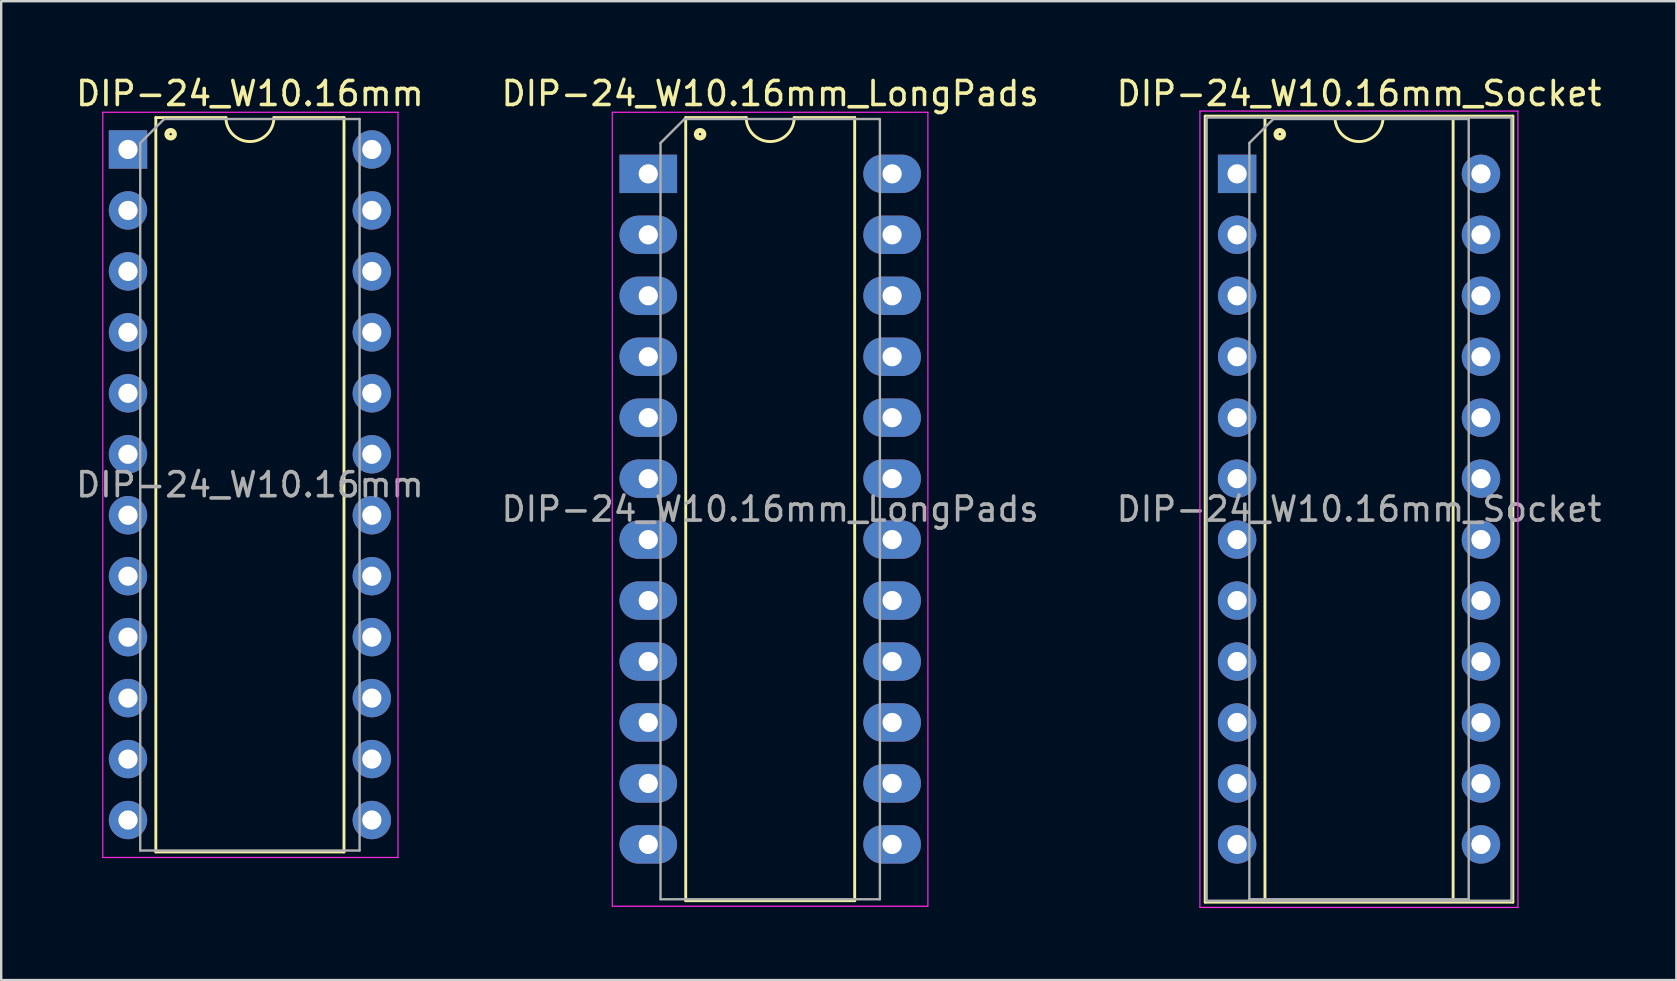
<source format=kicad_pcb>
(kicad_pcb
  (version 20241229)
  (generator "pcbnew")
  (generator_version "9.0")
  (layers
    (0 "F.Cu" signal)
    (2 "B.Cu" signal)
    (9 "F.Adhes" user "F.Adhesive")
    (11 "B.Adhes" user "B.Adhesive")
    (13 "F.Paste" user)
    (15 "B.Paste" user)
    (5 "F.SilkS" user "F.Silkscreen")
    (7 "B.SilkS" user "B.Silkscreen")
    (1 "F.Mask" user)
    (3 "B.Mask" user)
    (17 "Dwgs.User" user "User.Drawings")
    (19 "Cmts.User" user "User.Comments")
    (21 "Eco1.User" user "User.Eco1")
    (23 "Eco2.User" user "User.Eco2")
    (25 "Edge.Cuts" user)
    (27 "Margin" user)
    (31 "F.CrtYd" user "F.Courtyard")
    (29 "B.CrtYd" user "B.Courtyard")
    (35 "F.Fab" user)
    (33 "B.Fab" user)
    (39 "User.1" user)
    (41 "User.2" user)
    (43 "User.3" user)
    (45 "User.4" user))
  (footprint "DIP-24_W10.16mm_LongPads"
    (layer "F.Cu")
    (at 23.962 4.194)
    (property "Reference" "DIP-24_W10.16mm_LongPads" (at 5.08 -3.346 0) (layer "F.SilkS") (effects (font (size 1 1) (thickness 0.15))))
    (attr through_hole)
    (fp_line (start 1.56 -2.346) (end 1.56 30.286) (stroke (width 0.12) (type solid)) (layer "F.SilkS"))
    (fp_line (start 1.56 30.286) (end 8.6 30.286) (stroke (width 0.12) (type solid)) (layer "F.SilkS"))
    (fp_line (start 4.08 -2.346) (end 1.56 -2.346) (stroke (width 0.12) (type solid)) (layer "F.SilkS"))
    (fp_line (start 8.6 -2.346) (end 6.08 -2.346) (stroke (width 0.12) (type solid)) (layer "F.SilkS"))
    (fp_line (start 8.6 30.286) (end 8.6 -2.346) (stroke (width 0.12) (type solid)) (layer "F.SilkS"))
    (fp_arc (start 6.08 -2.346) (mid 5.08 -1.346) (end 4.08 -2.346) (stroke (width 0.12) (type solid)) (layer "F.SilkS"))
    (fp_circle (center 2.159 -1.651) (end 2.209 -1.651) (stroke (width 0.12) (type solid)) (fill no) (layer "F.SilkS"))
    (fp_circle (center 2.159 -1.651) (end 2.284 -1.651) (stroke (width 0.12) (type solid)) (fill no) (layer "F.SilkS"))
    (fp_circle (center 2.159 -1.651) (end 2.359 -1.651) (stroke (width 0.12) (type solid)) (fill no) (layer "F.SilkS"))
    (fp_line (start -1.5 -2.566) (end -1.5 30.516) (stroke (width 0.05) (type solid)) (layer "F.CrtYd"))
    (fp_line (start -1.5 30.516) (end 11.65 30.516) (stroke (width 0.05) (type solid)) (layer "F.CrtYd"))
    (fp_line (start 11.65 -2.566) (end -1.5 -2.566) (stroke (width 0.05) (type solid)) (layer "F.CrtYd"))
    (fp_line (start 11.65 30.516) (end 11.65 -2.566) (stroke (width 0.05) (type solid)) (layer "F.CrtYd"))
    (fp_line (start 0.51 -1.286) (end 1.51 -2.286) (stroke (width 0.1) (type solid)) (layer "F.Fab"))
    (fp_line (start 0.51 30.226) (end 0.51 -1.286) (stroke (width 0.1) (type solid)) (layer "F.Fab"))
    (fp_line (start 1.51 -2.286) (end 9.65 -2.286) (stroke (width 0.1) (type solid)) (layer "F.Fab"))
    (fp_line (start 9.65 -2.286) (end 9.65 30.226) (stroke (width 0.1) (type solid)) (layer "F.Fab"))
    (fp_line (start 9.65 30.226) (end 0.51 30.226) (stroke (width 0.1) (type solid)) (layer "F.Fab"))
    (fp_text user "${REFERENCE}" (at 5.08 13.97 0) (layer "F.Fab") (effects (font (size 1 1) (thickness 0.15))))
    (pad "1" thru_hole rect (at 0 0) (size 2.4 1.6) (drill 0.8) (layers "*.Cu" "*.Mask"))
    (pad "2" thru_hole oval (at 0 2.54) (size 2.4 1.6) (drill 0.8) (layers "*.Cu" "*.Mask"))
    (pad "3" thru_hole oval (at 0 5.08) (size 2.4 1.6) (drill 0.8) (layers "*.Cu" "*.Mask"))
    (pad "4" thru_hole oval (at 0 7.62) (size 2.4 1.6) (drill 0.8) (layers "*.Cu" "*.Mask"))
    (pad "5" thru_hole oval (at 0 10.16) (size 2.4 1.6) (drill 0.8) (layers "*.Cu" "*.Mask"))
    (pad "6" thru_hole oval (at 0 12.7) (size 2.4 1.6) (drill 0.8) (layers "*.Cu" "*.Mask"))
    (pad "7" thru_hole oval (at 0 15.24) (size 2.4 1.6) (drill 0.8) (layers "*.Cu" "*.Mask"))
    (pad "8" thru_hole oval (at 0 17.78) (size 2.4 1.6) (drill 0.8) (layers "*.Cu" "*.Mask"))
    (pad "9" thru_hole oval (at 0 20.32) (size 2.4 1.6) (drill 0.8) (layers "*.Cu" "*.Mask"))
    (pad "10" thru_hole oval (at 0 22.86) (size 2.4 1.6) (drill 0.8) (layers "*.Cu" "*.Mask"))
    (pad "11" thru_hole oval (at 0 25.4) (size 2.4 1.6) (drill 0.8) (layers "*.Cu" "*.Mask"))
    (pad "12" thru_hole oval (at 0 27.94) (size 2.4 1.6) (drill 0.8) (layers "*.Cu" "*.Mask"))
    (pad "13" thru_hole oval (at 10.16 27.94) (size 2.4 1.6) (drill 0.8) (layers "*.Cu" "*.Mask"))
    (pad "14" thru_hole oval (at 10.16 25.4) (size 2.4 1.6) (drill 0.8) (layers "*.Cu" "*.Mask"))
    (pad "15" thru_hole oval (at 10.16 22.86) (size 2.4 1.6) (drill 0.8) (layers "*.Cu" "*.Mask"))
    (pad "16" thru_hole oval (at 10.16 20.32) (size 2.4 1.6) (drill 0.8) (layers "*.Cu" "*.Mask"))
    (pad "17" thru_hole oval (at 10.16 17.78) (size 2.4 1.6) (drill 0.8) (layers "*.Cu" "*.Mask"))
    (pad "18" thru_hole oval (at 10.16 15.24) (size 2.4 1.6) (drill 0.8) (layers "*.Cu" "*.Mask"))
    (pad "19" thru_hole oval (at 10.16 12.7) (size 2.4 1.6) (drill 0.8) (layers "*.Cu" "*.Mask"))
    (pad "20" thru_hole oval (at 10.16 10.16) (size 2.4 1.6) (drill 0.8) (layers "*.Cu" "*.Mask"))
    (pad "21" thru_hole oval (at 10.16 7.62) (size 2.4 1.6) (drill 0.8) (layers "*.Cu" "*.Mask"))
    (pad "22" thru_hole oval (at 10.16 5.08) (size 2.4 1.6) (drill 0.8) (layers "*.Cu" "*.Mask"))
    (pad "23" thru_hole oval (at 10.16 2.54) (size 2.4 1.6) (drill 0.8) (layers "*.Cu" "*.Mask"))
    (pad "24" thru_hole oval (at 10.16 0) (size 2.4 1.6) (drill 0.8) (layers "*.Cu" "*.Mask")))
  (footprint "DIP-24_W10.16mm"
    (layer "F.Cu")
    (at 2.283 3.178)
    (property "Reference" "DIP-24_W10.16mm" (at 5.08 -2.33 0) (layer "F.SilkS") (effects (font (size 1 1) (thickness 0.15))))
    (attr through_hole)
    (fp_line (start 1.16 -1.33) (end 1.16 29.27) (stroke (width 0.12) (type solid)) (layer "F.SilkS"))
    (fp_line (start 1.16 29.27) (end 9 29.27) (stroke (width 0.12) (type solid)) (layer "F.SilkS"))
    (fp_line (start 4.08 -1.33) (end 1.16 -1.33) (stroke (width 0.12) (type solid)) (layer "F.SilkS"))
    (fp_line (start 9 -1.33) (end 6.08 -1.33) (stroke (width 0.12) (type solid)) (layer "F.SilkS"))
    (fp_line (start 9 29.27) (end 9 -1.33) (stroke (width 0.12) (type solid)) (layer "F.SilkS"))
    (fp_arc (start 6.08 -1.33) (mid 5.08 -0.33) (end 4.08 -1.33) (stroke (width 0.12) (type solid)) (layer "F.SilkS"))
    (fp_circle (center 1.778 -0.635) (end 1.828 -0.635) (stroke (width 0.12) (type solid)) (fill no) (layer "F.SilkS"))
    (fp_circle (center 1.778 -0.635) (end 1.903 -0.635) (stroke (width 0.12) (type solid)) (fill no) (layer "F.SilkS"))
    (fp_circle (center 1.778 -0.635) (end 1.978 -0.635) (stroke (width 0.12) (type solid)) (fill no) (layer "F.SilkS"))
    (fp_line (start -1.05 -1.55) (end -1.05 29.5) (stroke (width 0.05) (type solid)) (layer "F.CrtYd"))
    (fp_line (start -1.05 29.5) (end 11.25 29.5) (stroke (width 0.05) (type solid)) (layer "F.CrtYd"))
    (fp_line (start 11.25 -1.55) (end -1.05 -1.55) (stroke (width 0.05) (type solid)) (layer "F.CrtYd"))
    (fp_line (start 11.25 29.5) (end 11.25 -1.55) (stroke (width 0.05) (type solid)) (layer "F.CrtYd"))
    (fp_line (start 0.51 -0.27) (end 1.51 -1.27) (stroke (width 0.1) (type solid)) (layer "F.Fab"))
    (fp_line (start 0.51 29.21) (end 0.51 -0.27) (stroke (width 0.1) (type solid)) (layer "F.Fab"))
    (fp_line (start 1.51 -1.27) (end 9.65 -1.27) (stroke (width 0.1) (type solid)) (layer "F.Fab"))
    (fp_line (start 9.65 -1.27) (end 9.65 29.21) (stroke (width 0.1) (type solid)) (layer "F.Fab"))
    (fp_line (start 9.65 29.21) (end 0.51 29.21) (stroke (width 0.1) (type solid)) (layer "F.Fab"))
    (fp_text user "${REFERENCE}" (at 5.08 13.97 0) (layer "F.Fab") (effects (font (size 1 1) (thickness 0.15))))
    (pad "1" thru_hole rect (at 0 0) (size 1.6 1.6) (drill 0.8) (layers "*.Cu" "*.Mask"))
    (pad "2" thru_hole oval (at 0 2.54) (size 1.6 1.6) (drill 0.8) (layers "*.Cu" "*.Mask"))
    (pad "3" thru_hole oval (at 0 5.08) (size 1.6 1.6) (drill 0.8) (layers "*.Cu" "*.Mask"))
    (pad "4" thru_hole oval (at 0 7.62) (size 1.6 1.6) (drill 0.8) (layers "*.Cu" "*.Mask"))
    (pad "5" thru_hole oval (at 0 10.16) (size 1.6 1.6) (drill 0.8) (layers "*.Cu" "*.Mask"))
    (pad "6" thru_hole oval (at 0 12.7) (size 1.6 1.6) (drill 0.8) (layers "*.Cu" "*.Mask"))
    (pad "7" thru_hole oval (at 0 15.24) (size 1.6 1.6) (drill 0.8) (layers "*.Cu" "*.Mask"))
    (pad "8" thru_hole oval (at 0 17.78) (size 1.6 1.6) (drill 0.8) (layers "*.Cu" "*.Mask"))
    (pad "9" thru_hole oval (at 0 20.32) (size 1.6 1.6) (drill 0.8) (layers "*.Cu" "*.Mask"))
    (pad "10" thru_hole oval (at 0 22.86) (size 1.6 1.6) (drill 0.8) (layers "*.Cu" "*.Mask"))
    (pad "11" thru_hole oval (at 0 25.4) (size 1.6 1.6) (drill 0.8) (layers "*.Cu" "*.Mask"))
    (pad "12" thru_hole oval (at 0 27.94) (size 1.6 1.6) (drill 0.8) (layers "*.Cu" "*.Mask"))
    (pad "13" thru_hole oval (at 10.16 27.94) (size 1.6 1.6) (drill 0.8) (layers "*.Cu" "*.Mask"))
    (pad "14" thru_hole oval (at 10.16 25.4) (size 1.6 1.6) (drill 0.8) (layers "*.Cu" "*.Mask"))
    (pad "15" thru_hole oval (at 10.16 22.86) (size 1.6 1.6) (drill 0.8) (layers "*.Cu" "*.Mask"))
    (pad "16" thru_hole oval (at 10.16 20.32) (size 1.6 1.6) (drill 0.8) (layers "*.Cu" "*.Mask"))
    (pad "17" thru_hole oval (at 10.16 17.78) (size 1.6 1.6) (drill 0.8) (layers "*.Cu" "*.Mask"))
    (pad "18" thru_hole oval (at 10.16 15.24) (size 1.6 1.6) (drill 0.8) (layers "*.Cu" "*.Mask"))
    (pad "19" thru_hole oval (at 10.16 12.7) (size 1.6 1.6) (drill 0.8) (layers "*.Cu" "*.Mask"))
    (pad "20" thru_hole oval (at 10.16 10.16) (size 1.6 1.6) (drill 0.8) (layers "*.Cu" "*.Mask"))
    (pad "21" thru_hole oval (at 10.16 7.62) (size 1.6 1.6) (drill 0.8) (layers "*.Cu" "*.Mask"))
    (pad "22" thru_hole oval (at 10.16 5.08) (size 1.6 1.6) (drill 0.8) (layers "*.Cu" "*.Mask"))
    (pad "23" thru_hole oval (at 10.16 2.54) (size 1.6 1.6) (drill 0.8) (layers "*.Cu" "*.Mask"))
    (pad "24" thru_hole oval (at 10.16 0) (size 1.6 1.6) (drill 0.8) (layers "*.Cu" "*.Mask")))
  (footprint "DIP-24_W10.16mm_Socket"
    (layer "F.Cu")
    (at 48.497 4.194)
    (property "Reference" "DIP-24_W10.16mm_Socket" (at 5.08 -3.346 0) (layer "F.SilkS") (effects (font (size 1 1) (thickness 0.15))))
    (attr through_hole)
    (fp_line (start -1.33 -2.406) (end -1.33 30.346) (stroke (width 0.12) (type solid)) (layer "F.SilkS"))
    (fp_line (start -1.33 30.346) (end 11.49 30.346) (stroke (width 0.12) (type solid)) (layer "F.SilkS"))
    (fp_line (start 1.16 -2.346) (end 1.16 30.286) (stroke (width 0.12) (type solid)) (layer "F.SilkS"))
    (fp_line (start 1.16 30.286) (end 9 30.286) (stroke (width 0.12) (type solid)) (layer "F.SilkS"))
    (fp_line (start 4.08 -2.346) (end 1.16 -2.346) (stroke (width 0.12) (type solid)) (layer "F.SilkS"))
    (fp_line (start 9 -2.346) (end 6.08 -2.346) (stroke (width 0.12) (type solid)) (layer "F.SilkS"))
    (fp_line (start 9 30.286) (end 9 -2.346) (stroke (width 0.12) (type solid)) (layer "F.SilkS"))
    (fp_line (start 11.49 -2.406) (end -1.33 -2.406) (stroke (width 0.12) (type solid)) (layer "F.SilkS"))
    (fp_line (start 11.49 30.346) (end 11.49 -2.406) (stroke (width 0.12) (type solid)) (layer "F.SilkS"))
    (fp_arc (start 6.08 -2.346) (mid 5.08 -1.346) (end 4.08 -2.346) (stroke (width 0.12) (type solid)) (layer "F.SilkS"))
    (fp_circle (center 1.778 -1.651) (end 1.828 -1.651) (stroke (width 0.12) (type solid)) (fill no) (layer "F.SilkS"))
    (fp_circle (center 1.778 -1.651) (end 1.903 -1.651) (stroke (width 0.12) (type solid)) (fill no) (layer "F.SilkS"))
    (fp_circle (center 1.778 -1.651) (end 1.978 -1.651) (stroke (width 0.12) (type solid)) (fill no) (layer "F.SilkS"))
    (fp_line (start -1.55 -2.616) (end -1.55 30.566) (stroke (width 0.05) (type solid)) (layer "F.CrtYd"))
    (fp_line (start -1.55 30.566) (end 11.7 30.566) (stroke (width 0.05) (type solid)) (layer "F.CrtYd"))
    (fp_line (start 11.7 -2.616) (end -1.55 -2.616) (stroke (width 0.05) (type solid)) (layer "F.CrtYd"))
    (fp_line (start 11.7 30.566) (end 11.7 -2.616) (stroke (width 0.05) (type solid)) (layer "F.CrtYd"))
    (fp_line (start -1.27 -2.346) (end -1.27 30.286) (stroke (width 0.1) (type solid)) (layer "F.Fab"))
    (fp_line (start -1.27 30.286) (end 11.43 30.286) (stroke (width 0.1) (type solid)) (layer "F.Fab"))
    (fp_line (start 0.51 -1.286) (end 1.51 -2.286) (stroke (width 0.1) (type solid)) (layer "F.Fab"))
    (fp_line (start 0.51 30.226) (end 0.51 -1.286) (stroke (width 0.1) (type solid)) (layer "F.Fab"))
    (fp_line (start 1.51 -2.286) (end 9.65 -2.286) (stroke (width 0.1) (type solid)) (layer "F.Fab"))
    (fp_line (start 9.65 -2.286) (end 9.65 30.226) (stroke (width 0.1) (type solid)) (layer "F.Fab"))
    (fp_line (start 9.65 30.226) (end 0.51 30.226) (stroke (width 0.1) (type solid)) (layer "F.Fab"))
    (fp_line (start 11.43 -2.346) (end -1.27 -2.346) (stroke (width 0.1) (type solid)) (layer "F.Fab"))
    (fp_line (start 11.43 30.286) (end 11.43 -2.346) (stroke (width 0.1) (type solid)) (layer "F.Fab"))
    (fp_text user "${REFERENCE}" (at 5.08 13.97 0) (layer "F.Fab") (effects (font (size 1 1) (thickness 0.15))))
    (pad "1" thru_hole rect (at 0 0) (size 1.6 1.6) (drill 0.8) (layers "*.Cu" "*.Mask"))
    (pad "2" thru_hole oval (at 0 2.54) (size 1.6 1.6) (drill 0.8) (layers "*.Cu" "*.Mask"))
    (pad "3" thru_hole oval (at 0 5.08) (size 1.6 1.6) (drill 0.8) (layers "*.Cu" "*.Mask"))
    (pad "4" thru_hole oval (at 0 7.62) (size 1.6 1.6) (drill 0.8) (layers "*.Cu" "*.Mask"))
    (pad "5" thru_hole oval (at 0 10.16) (size 1.6 1.6) (drill 0.8) (layers "*.Cu" "*.Mask"))
    (pad "6" thru_hole oval (at 0 12.7) (size 1.6 1.6) (drill 0.8) (layers "*.Cu" "*.Mask"))
    (pad "7" thru_hole oval (at 0 15.24) (size 1.6 1.6) (drill 0.8) (layers "*.Cu" "*.Mask"))
    (pad "8" thru_hole oval (at 0 17.78) (size 1.6 1.6) (drill 0.8) (layers "*.Cu" "*.Mask"))
    (pad "9" thru_hole oval (at 0 20.32) (size 1.6 1.6) (drill 0.8) (layers "*.Cu" "*.Mask"))
    (pad "10" thru_hole oval (at 0 22.86) (size 1.6 1.6) (drill 0.8) (layers "*.Cu" "*.Mask"))
    (pad "11" thru_hole oval (at 0 25.4) (size 1.6 1.6) (drill 0.8) (layers "*.Cu" "*.Mask"))
    (pad "12" thru_hole oval (at 0 27.94) (size 1.6 1.6) (drill 0.8) (layers "*.Cu" "*.Mask"))
    (pad "13" thru_hole oval (at 10.16 27.94) (size 1.6 1.6) (drill 0.8) (layers "*.Cu" "*.Mask"))
    (pad "14" thru_hole oval (at 10.16 25.4) (size 1.6 1.6) (drill 0.8) (layers "*.Cu" "*.Mask"))
    (pad "15" thru_hole oval (at 10.16 22.86) (size 1.6 1.6) (drill 0.8) (layers "*.Cu" "*.Mask"))
    (pad "16" thru_hole oval (at 10.16 20.32) (size 1.6 1.6) (drill 0.8) (layers "*.Cu" "*.Mask"))
    (pad "17" thru_hole oval (at 10.16 17.78) (size 1.6 1.6) (drill 0.8) (layers "*.Cu" "*.Mask"))
    (pad "18" thru_hole oval (at 10.16 15.24) (size 1.6 1.6) (drill 0.8) (layers "*.Cu" "*.Mask"))
    (pad "19" thru_hole oval (at 10.16 12.7) (size 1.6 1.6) (drill 0.8) (layers "*.Cu" "*.Mask"))
    (pad "20" thru_hole oval (at 10.16 10.16) (size 1.6 1.6) (drill 0.8) (layers "*.Cu" "*.Mask"))
    (pad "21" thru_hole oval (at 10.16 7.62) (size 1.6 1.6) (drill 0.8) (layers "*.Cu" "*.Mask"))
    (pad "22" thru_hole oval (at 10.16 5.08) (size 1.6 1.6) (drill 0.8) (layers "*.Cu" "*.Mask"))
    (pad "23" thru_hole oval (at 10.16 2.54) (size 1.6 1.6) (drill 0.8) (layers "*.Cu" "*.Mask"))
    (pad "24" thru_hole oval (at 10.16 0) (size 1.6 1.6) (drill 0.8) (layers "*.Cu" "*.Mask")))
  (gr_rect
    (start -3 -3)
    (end 66.798 37.785)
    (stroke (width 0.1) (type default))
    (fill no)
    (layer "Edge.Cuts")))
</source>
